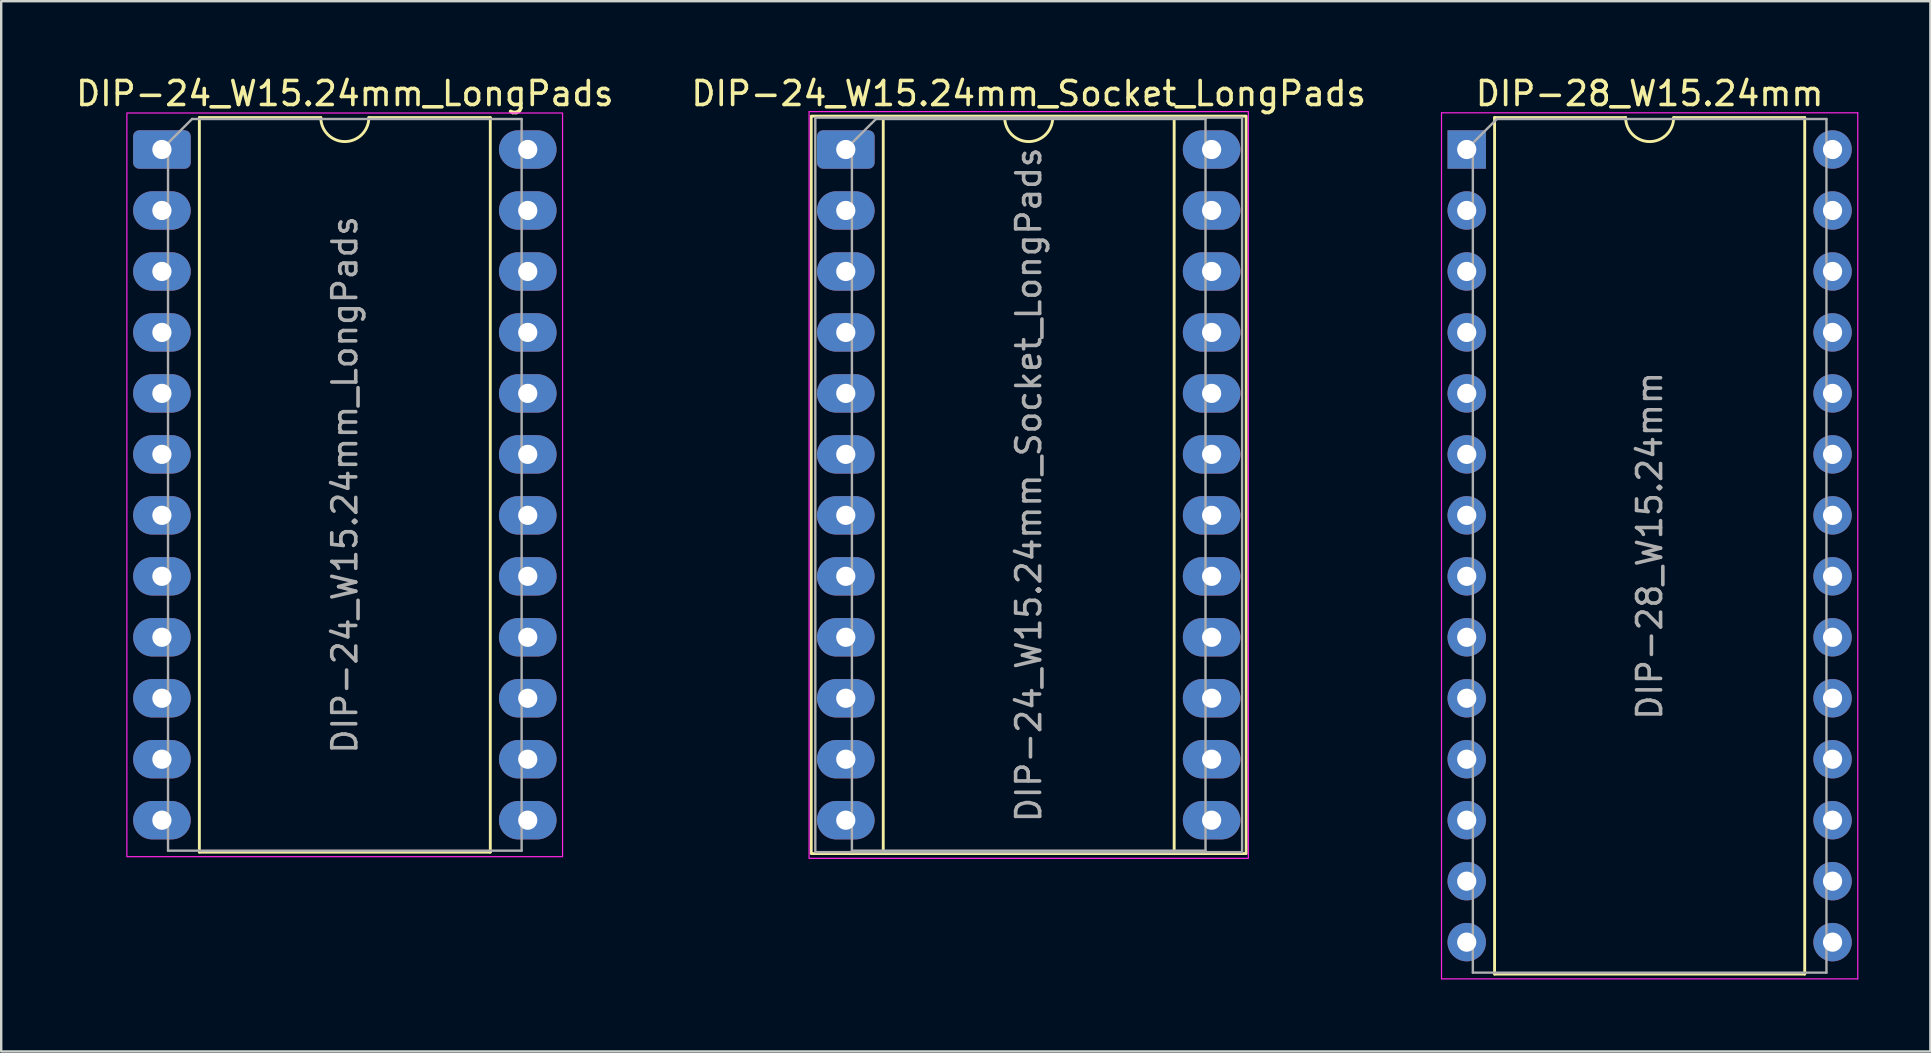
<source format=kicad_pcb>
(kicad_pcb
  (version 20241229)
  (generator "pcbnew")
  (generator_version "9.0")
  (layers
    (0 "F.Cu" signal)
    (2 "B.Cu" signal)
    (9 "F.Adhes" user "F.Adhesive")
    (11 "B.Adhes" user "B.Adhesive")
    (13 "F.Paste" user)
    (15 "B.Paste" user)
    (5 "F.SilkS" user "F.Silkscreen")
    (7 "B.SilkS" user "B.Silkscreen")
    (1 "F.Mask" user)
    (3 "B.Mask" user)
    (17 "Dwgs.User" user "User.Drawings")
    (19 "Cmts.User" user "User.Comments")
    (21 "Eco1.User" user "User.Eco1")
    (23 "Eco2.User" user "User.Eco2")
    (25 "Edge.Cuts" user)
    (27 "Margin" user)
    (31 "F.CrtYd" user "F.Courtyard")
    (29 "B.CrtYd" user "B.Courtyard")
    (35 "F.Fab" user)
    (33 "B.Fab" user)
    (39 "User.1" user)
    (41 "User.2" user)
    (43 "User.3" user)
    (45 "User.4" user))
  (footprint "DIP-28_W15.24mm"
    (layer "F.Cu")
    (at 58.051 3.178)
    (property "Reference" "DIP-28_W15.24mm" (at 7.62 -2.33 0) (layer "F.SilkS") (effects (font (size 1 1) (thickness 0.15))))
    (attr through_hole)
    (fp_line (start 1.16 -1.33) (end 1.16 34.35) (stroke (width 0.12) (type solid)) (layer "F.SilkS"))
    (fp_line (start 1.16 34.35) (end 14.08 34.35) (stroke (width 0.12) (type solid)) (layer "F.SilkS"))
    (fp_line (start 6.62 -1.33) (end 1.16 -1.33) (stroke (width 0.12) (type solid)) (layer "F.SilkS"))
    (fp_line (start 14.08 -1.33) (end 8.62 -1.33) (stroke (width 0.12) (type solid)) (layer "F.SilkS"))
    (fp_line (start 14.08 34.35) (end 14.08 -1.33) (stroke (width 0.12) (type solid)) (layer "F.SilkS"))
    (fp_arc (start 8.62 -1.33) (mid 7.62 -0.33) (end 6.62 -1.33) (stroke (width 0.12) (type solid)) (layer "F.SilkS"))
    (fp_line (start -1.05 -1.53) (end -1.05 34.55) (stroke (width 0.05) (type solid)) (layer "F.CrtYd"))
    (fp_line (start -1.05 34.55) (end 16.29 34.55) (stroke (width 0.05) (type solid)) (layer "F.CrtYd"))
    (fp_line (start 16.29 -1.53) (end -1.05 -1.53) (stroke (width 0.05) (type solid)) (layer "F.CrtYd"))
    (fp_line (start 16.29 34.55) (end 16.29 -1.53) (stroke (width 0.05) (type solid)) (layer "F.CrtYd"))
    (fp_line (start 0.255 -0.27) (end 1.255 -1.27) (stroke (width 0.1) (type solid)) (layer "F.Fab"))
    (fp_line (start 0.255 34.29) (end 0.255 -0.27) (stroke (width 0.1) (type solid)) (layer "F.Fab"))
    (fp_line (start 1.255 -1.27) (end 14.985 -1.27) (stroke (width 0.1) (type solid)) (layer "F.Fab"))
    (fp_line (start 14.985 -1.27) (end 14.985 34.29) (stroke (width 0.1) (type solid)) (layer "F.Fab"))
    (fp_line (start 14.985 34.29) (end 0.255 34.29) (stroke (width 0.1) (type solid)) (layer "F.Fab"))
    (fp_text user "${REFERENCE}" (at 7.62 16.51 90) (layer "F.Fab") (effects (font (size 1 1) (thickness 0.15))))
    (pad "1" thru_hole rect (at 0 0) (size 1.6 1.6) (drill 0.8) (layers "*.Cu" "*.Mask"))
    (pad "2" thru_hole circle (at 0 2.54) (size 1.6 1.6) (drill 0.8) (layers "*.Cu" "*.Mask"))
    (pad "3" thru_hole circle (at 0 5.08) (size 1.6 1.6) (drill 0.8) (layers "*.Cu" "*.Mask"))
    (pad "4" thru_hole circle (at 0 7.62) (size 1.6 1.6) (drill 0.8) (layers "*.Cu" "*.Mask"))
    (pad "5" thru_hole circle (at 0 10.16) (size 1.6 1.6) (drill 0.8) (layers "*.Cu" "*.Mask"))
    (pad "6" thru_hole circle (at 0 12.7) (size 1.6 1.6) (drill 0.8) (layers "*.Cu" "*.Mask"))
    (pad "7" thru_hole circle (at 0 15.24) (size 1.6 1.6) (drill 0.8) (layers "*.Cu" "*.Mask"))
    (pad "8" thru_hole circle (at 0 17.78) (size 1.6 1.6) (drill 0.8) (layers "*.Cu" "*.Mask"))
    (pad "9" thru_hole circle (at 0 20.32) (size 1.6 1.6) (drill 0.8) (layers "*.Cu" "*.Mask"))
    (pad "10" thru_hole circle (at 0 22.86) (size 1.6 1.6) (drill 0.8) (layers "*.Cu" "*.Mask"))
    (pad "11" thru_hole circle (at 0 25.4) (size 1.6 1.6) (drill 0.8) (layers "*.Cu" "*.Mask"))
    (pad "12" thru_hole circle (at 0 27.94) (size 1.6 1.6) (drill 0.8) (layers "*.Cu" "*.Mask"))
    (pad "13" thru_hole circle (at 0 30.48) (size 1.6 1.6) (drill 0.8) (layers "*.Cu" "*.Mask"))
    (pad "14" thru_hole circle (at 0 33.02) (size 1.6 1.6) (drill 0.8) (layers "*.Cu" "*.Mask"))
    (pad "15" thru_hole circle (at 15.24 33.02) (size 1.6 1.6) (drill 0.8) (layers "*.Cu" "*.Mask"))
    (pad "16" thru_hole circle (at 15.24 30.48) (size 1.6 1.6) (drill 0.8) (layers "*.Cu" "*.Mask"))
    (pad "17" thru_hole circle (at 15.24 27.94) (size 1.6 1.6) (drill 0.8) (layers "*.Cu" "*.Mask"))
    (pad "18" thru_hole circle (at 15.24 25.4) (size 1.6 1.6) (drill 0.8) (layers "*.Cu" "*.Mask"))
    (pad "19" thru_hole circle (at 15.24 22.86) (size 1.6 1.6) (drill 0.8) (layers "*.Cu" "*.Mask"))
    (pad "20" thru_hole circle (at 15.24 20.32) (size 1.6 1.6) (drill 0.8) (layers "*.Cu" "*.Mask"))
    (pad "21" thru_hole circle (at 15.24 17.78) (size 1.6 1.6) (drill 0.8) (layers "*.Cu" "*.Mask"))
    (pad "22" thru_hole circle (at 15.24 15.24) (size 1.6 1.6) (drill 0.8) (layers "*.Cu" "*.Mask"))
    (pad "23" thru_hole circle (at 15.24 12.7) (size 1.6 1.6) (drill 0.8) (layers "*.Cu" "*.Mask"))
    (pad "24" thru_hole circle (at 15.24 10.16) (size 1.6 1.6) (drill 0.8) (layers "*.Cu" "*.Mask"))
    (pad "25" thru_hole circle (at 15.24 7.62) (size 1.6 1.6) (drill 0.8) (layers "*.Cu" "*.Mask"))
    (pad "26" thru_hole circle (at 15.24 5.08) (size 1.6 1.6) (drill 0.8) (layers "*.Cu" "*.Mask"))
    (pad "27" thru_hole circle (at 15.24 2.54) (size 1.6 1.6) (drill 0.8) (layers "*.Cu" "*.Mask"))
    (pad "28" thru_hole circle (at 15.24 0) (size 1.6 1.6) (drill 0.8) (layers "*.Cu" "*.Mask")))
  (footprint "DIP-24_W15.24mm_LongPads"
    (layer "F.Cu")
    (at 3.695 3.178)
    (property "Reference" "DIP-24_W15.24mm_LongPads" (at 7.62 -2.33 0) (layer "F.SilkS") (effects (font (size 1 1) (thickness 0.15))))
    (attr through_hole)
    (fp_line (start 1.56 -1.33) (end 1.56 29.27) (stroke (width 0.12) (type solid)) (layer "F.SilkS"))
    (fp_line (start 1.56 29.27) (end 13.68 29.27) (stroke (width 0.12) (type solid)) (layer "F.SilkS"))
    (fp_line (start 6.62 -1.33) (end 1.56 -1.33) (stroke (width 0.12) (type solid)) (layer "F.SilkS"))
    (fp_line (start 13.68 -1.33) (end 8.62 -1.33) (stroke (width 0.12) (type solid)) (layer "F.SilkS"))
    (fp_line (start 13.68 29.27) (end 13.68 -1.33) (stroke (width 0.12) (type solid)) (layer "F.SilkS"))
    (fp_arc (start 8.62 -1.33) (mid 7.62 -0.33) (end 6.62 -1.33) (stroke (width 0.12) (type solid)) (layer "F.SilkS"))
    (fp_rect (start -1.46 -1.52) (end 16.69 29.46) (stroke (width 0.05) (type solid)) (fill no) (layer "F.CrtYd"))
    (fp_line (start 0.255 -0.27) (end 1.255 -1.27) (stroke (width 0.1) (type solid)) (layer "F.Fab"))
    (fp_line (start 0.255 29.21) (end 0.255 -0.27) (stroke (width 0.1) (type solid)) (layer "F.Fab"))
    (fp_line (start 1.255 -1.27) (end 14.985 -1.27) (stroke (width 0.1) (type solid)) (layer "F.Fab"))
    (fp_line (start 14.985 -1.27) (end 14.985 29.21) (stroke (width 0.1) (type solid)) (layer "F.Fab"))
    (fp_line (start 14.985 29.21) (end 0.255 29.21) (stroke (width 0.1) (type solid)) (layer "F.Fab"))
    (fp_text user "${REFERENCE}" (at 7.62 13.97 90) (layer "F.Fab") (effects (font (size 1 1) (thickness 0.15))))
    (pad "1" thru_hole roundrect (at 0 0) (size 2.4 1.6) (drill 0.8) (layers "*.Cu" "*.Mask") (roundrect_rratio 0.156))
    (pad "2" thru_hole oval (at 0 2.54) (size 2.4 1.6) (drill 0.8) (layers "*.Cu" "*.Mask"))
    (pad "3" thru_hole oval (at 0 5.08) (size 2.4 1.6) (drill 0.8) (layers "*.Cu" "*.Mask"))
    (pad "4" thru_hole oval (at 0 7.62) (size 2.4 1.6) (drill 0.8) (layers "*.Cu" "*.Mask"))
    (pad "5" thru_hole oval (at 0 10.16) (size 2.4 1.6) (drill 0.8) (layers "*.Cu" "*.Mask"))
    (pad "6" thru_hole oval (at 0 12.7) (size 2.4 1.6) (drill 0.8) (layers "*.Cu" "*.Mask"))
    (pad "7" thru_hole oval (at 0 15.24) (size 2.4 1.6) (drill 0.8) (layers "*.Cu" "*.Mask"))
    (pad "8" thru_hole oval (at 0 17.78) (size 2.4 1.6) (drill 0.8) (layers "*.Cu" "*.Mask"))
    (pad "9" thru_hole oval (at 0 20.32) (size 2.4 1.6) (drill 0.8) (layers "*.Cu" "*.Mask"))
    (pad "10" thru_hole oval (at 0 22.86) (size 2.4 1.6) (drill 0.8) (layers "*.Cu" "*.Mask"))
    (pad "11" thru_hole oval (at 0 25.4) (size 2.4 1.6) (drill 0.8) (layers "*.Cu" "*.Mask"))
    (pad "12" thru_hole oval (at 0 27.94) (size 2.4 1.6) (drill 0.8) (layers "*.Cu" "*.Mask"))
    (pad "13" thru_hole oval (at 15.24 27.94) (size 2.4 1.6) (drill 0.8) (layers "*.Cu" "*.Mask"))
    (pad "14" thru_hole oval (at 15.24 25.4) (size 2.4 1.6) (drill 0.8) (layers "*.Cu" "*.Mask"))
    (pad "15" thru_hole oval (at 15.24 22.86) (size 2.4 1.6) (drill 0.8) (layers "*.Cu" "*.Mask"))
    (pad "16" thru_hole oval (at 15.24 20.32) (size 2.4 1.6) (drill 0.8) (layers "*.Cu" "*.Mask"))
    (pad "17" thru_hole oval (at 15.24 17.78) (size 2.4 1.6) (drill 0.8) (layers "*.Cu" "*.Mask"))
    (pad "18" thru_hole oval (at 15.24 15.24) (size 2.4 1.6) (drill 0.8) (layers "*.Cu" "*.Mask"))
    (pad "19" thru_hole oval (at 15.24 12.7) (size 2.4 1.6) (drill 0.8) (layers "*.Cu" "*.Mask"))
    (pad "20" thru_hole oval (at 15.24 10.16) (size 2.4 1.6) (drill 0.8) (layers "*.Cu" "*.Mask"))
    (pad "21" thru_hole oval (at 15.24 7.62) (size 2.4 1.6) (drill 0.8) (layers "*.Cu" "*.Mask"))
    (pad "22" thru_hole oval (at 15.24 5.08) (size 2.4 1.6) (drill 0.8) (layers "*.Cu" "*.Mask"))
    (pad "23" thru_hole oval (at 15.24 2.54) (size 2.4 1.6) (drill 0.8) (layers "*.Cu" "*.Mask"))
    (pad "24" thru_hole oval (at 15.24 0) (size 2.4 1.6) (drill 0.8) (layers "*.Cu" "*.Mask")))
  (footprint "DIP-24_W15.24mm_Socket_LongPads"
    (layer "F.Cu")
    (at 32.184 3.178)
    (property "Reference" "DIP-24_W15.24mm_Socket_LongPads" (at 7.62 -2.33 0) (layer "F.SilkS") (effects (font (size 1 1) (thickness 0.15))))
    (attr through_hole)
    (fp_line (start 1.56 -1.33) (end 1.56 29.27) (stroke (width 0.12) (type solid)) (layer "F.SilkS"))
    (fp_line (start 1.56 29.27) (end 13.68 29.27) (stroke (width 0.12) (type solid)) (layer "F.SilkS"))
    (fp_line (start 6.62 -1.33) (end 1.56 -1.33) (stroke (width 0.12) (type solid)) (layer "F.SilkS"))
    (fp_line (start 13.68 -1.33) (end 8.62 -1.33) (stroke (width 0.12) (type solid)) (layer "F.SilkS"))
    (fp_line (start 13.68 29.27) (end 13.68 -1.33) (stroke (width 0.12) (type solid)) (layer "F.SilkS"))
    (fp_rect (start -1.44 -1.39) (end 16.68 29.33) (stroke (width 0.12) (type solid)) (fill no) (layer "F.SilkS"))
    (fp_arc (start 8.62 -1.33) (mid 7.62 -0.33) (end 6.62 -1.33) (stroke (width 0.12) (type solid)) (layer "F.SilkS"))
    (fp_rect (start -1.53 -1.58) (end 16.77 29.53) (stroke (width 0.05) (type solid)) (fill no) (layer "F.CrtYd"))
    (fp_line (start 0.255 -0.27) (end 1.255 -1.27) (stroke (width 0.1) (type solid)) (layer "F.Fab"))
    (fp_line (start 0.255 29.21) (end 0.255 -0.27) (stroke (width 0.1) (type solid)) (layer "F.Fab"))
    (fp_line (start 1.255 -1.27) (end 14.985 -1.27) (stroke (width 0.1) (type solid)) (layer "F.Fab"))
    (fp_line (start 14.985 -1.27) (end 14.985 29.21) (stroke (width 0.1) (type solid)) (layer "F.Fab"))
    (fp_line (start 14.985 29.21) (end 0.255 29.21) (stroke (width 0.1) (type solid)) (layer "F.Fab"))
    (fp_rect (start -1.27 -1.33) (end 16.51 29.27) (stroke (width 0.1) (type solid)) (fill no) (layer "F.Fab"))
    (fp_text user "${REFERENCE}" (at 7.62 13.97 90) (layer "F.Fab") (effects (font (size 1 1) (thickness 0.15))))
    (pad "1" thru_hole roundrect (at 0 0) (size 2.4 1.6) (drill 0.8) (layers "*.Cu" "*.Mask") (roundrect_rratio 0.156))
    (pad "2" thru_hole oval (at 0 2.54) (size 2.4 1.6) (drill 0.8) (layers "*.Cu" "*.Mask"))
    (pad "3" thru_hole oval (at 0 5.08) (size 2.4 1.6) (drill 0.8) (layers "*.Cu" "*.Mask"))
    (pad "4" thru_hole oval (at 0 7.62) (size 2.4 1.6) (drill 0.8) (layers "*.Cu" "*.Mask"))
    (pad "5" thru_hole oval (at 0 10.16) (size 2.4 1.6) (drill 0.8) (layers "*.Cu" "*.Mask"))
    (pad "6" thru_hole oval (at 0 12.7) (size 2.4 1.6) (drill 0.8) (layers "*.Cu" "*.Mask"))
    (pad "7" thru_hole oval (at 0 15.24) (size 2.4 1.6) (drill 0.8) (layers "*.Cu" "*.Mask"))
    (pad "8" thru_hole oval (at 0 17.78) (size 2.4 1.6) (drill 0.8) (layers "*.Cu" "*.Mask"))
    (pad "9" thru_hole oval (at 0 20.32) (size 2.4 1.6) (drill 0.8) (layers "*.Cu" "*.Mask"))
    (pad "10" thru_hole oval (at 0 22.86) (size 2.4 1.6) (drill 0.8) (layers "*.Cu" "*.Mask"))
    (pad "11" thru_hole oval (at 0 25.4) (size 2.4 1.6) (drill 0.8) (layers "*.Cu" "*.Mask"))
    (pad "12" thru_hole oval (at 0 27.94) (size 2.4 1.6) (drill 0.8) (layers "*.Cu" "*.Mask"))
    (pad "13" thru_hole oval (at 15.24 27.94) (size 2.4 1.6) (drill 0.8) (layers "*.Cu" "*.Mask"))
    (pad "14" thru_hole oval (at 15.24 25.4) (size 2.4 1.6) (drill 0.8) (layers "*.Cu" "*.Mask"))
    (pad "15" thru_hole oval (at 15.24 22.86) (size 2.4 1.6) (drill 0.8) (layers "*.Cu" "*.Mask"))
    (pad "16" thru_hole oval (at 15.24 20.32) (size 2.4 1.6) (drill 0.8) (layers "*.Cu" "*.Mask"))
    (pad "17" thru_hole oval (at 15.24 17.78) (size 2.4 1.6) (drill 0.8) (layers "*.Cu" "*.Mask"))
    (pad "18" thru_hole oval (at 15.24 15.24) (size 2.4 1.6) (drill 0.8) (layers "*.Cu" "*.Mask"))
    (pad "19" thru_hole oval (at 15.24 12.7) (size 2.4 1.6) (drill 0.8) (layers "*.Cu" "*.Mask"))
    (pad "20" thru_hole oval (at 15.24 10.16) (size 2.4 1.6) (drill 0.8) (layers "*.Cu" "*.Mask"))
    (pad "21" thru_hole oval (at 15.24 7.62) (size 2.4 1.6) (drill 0.8) (layers "*.Cu" "*.Mask"))
    (pad "22" thru_hole oval (at 15.24 5.08) (size 2.4 1.6) (drill 0.8) (layers "*.Cu" "*.Mask"))
    (pad "23" thru_hole oval (at 15.24 2.54) (size 2.4 1.6) (drill 0.8) (layers "*.Cu" "*.Mask"))
    (pad "24" thru_hole oval (at 15.24 0) (size 2.4 1.6) (drill 0.8) (layers "*.Cu" "*.Mask")))
  (gr_rect
    (start -3 -3)
    (end 77.366 40.753)
    (stroke (width 0.1) (type default))
    (fill no)
    (layer "Edge.Cuts")))
</source>
